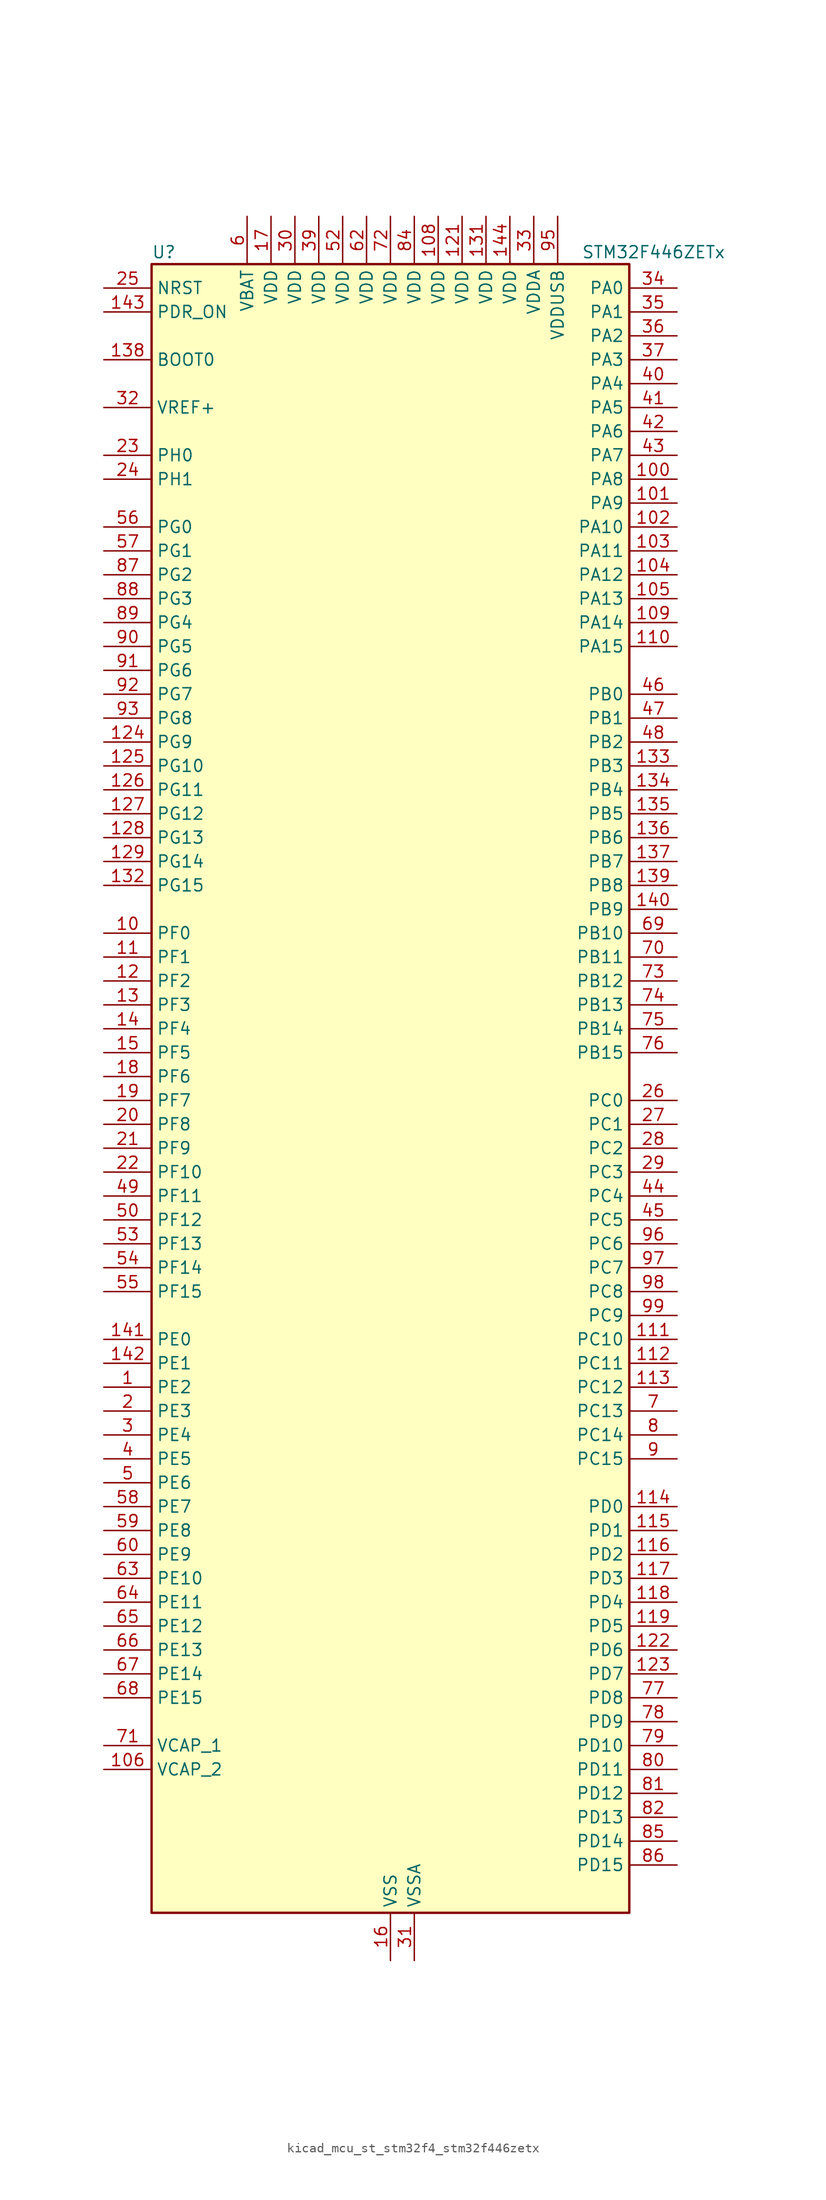
<source format=kicad_sym>
(kicad_symbol_lib
  (version 20220914)
  (generator kicad_symbol_editor)
  (symbol "kicad_mcu_st_stm32f4_stm32f446zetx"
    (property "Reference" "U"
      (at -25.4 90.17 0)
      (effects (font (size 1.27 1.27)) (justify left)))
    (property "Value" "STM32F446ZETx"
      (at 20.32 90.17 0)
      (effects (font (size 1.27 1.27)) (justify left)))
    (property "ki_locked" ""
      (at 0 0 0)
      (effects (font (size 1.27 1.27))))
    (symbol "kicad_mcu_st_stm32f4_stm32f446zetx_0_1"
      (rectangle (start -25.4 -86.36) (end 25.4 88.9) (stroke (width 0.254) (type default)) (fill (type background))))
    (symbol "kicad_mcu_st_stm32f4_stm32f446zetx_1_1"
      (pin bidirectional line (at -30.48 -30.48 0) (length 5.08) (name "PE2" (effects (font (size 1.27 1.27)))) (number "1" (effects (font (size 1.27 1.27)))) (alternate "FMC_A23" bidirectional line) (alternate "QUADSPI_BK1_IO2" bidirectional line) (alternate "SAI1_MCLK_A" bidirectional line) (alternate "SPI4_SCK" bidirectional line) (alternate "SYS_TRACECLK" bidirectional line))
      (pin bidirectional line (at -30.48 17.78 0) (length 5.08) (name "PF0" (effects (font (size 1.27 1.27)))) (number "10" (effects (font (size 1.27 1.27)))) (alternate "FMC_A0" bidirectional line) (alternate "I2C2_SDA" bidirectional line))
      (pin bidirectional line (at 30.48 66.04 180) (length 5.08) (name "PA8" (effects (font (size 1.27 1.27)))) (number "100" (effects (font (size 1.27 1.27)))) (alternate "I2C3_SCL" bidirectional line) (alternate "RCC_MCO_1" bidirectional line) (alternate "TIM1_CH1" bidirectional line) (alternate "USART1_CK" bidirectional line) (alternate "USB_OTG_FS_SOF" bidirectional line))
      (pin bidirectional line (at 30.48 63.5 180) (length 5.08) (name "PA9" (effects (font (size 1.27 1.27)))) (number "101" (effects (font (size 1.27 1.27)))) (alternate "DAC_EXTI9" bidirectional line) (alternate "DCMI_D0" bidirectional line) (alternate "I2C3_SMBA" bidirectional line) (alternate "I2S2_CK" bidirectional line) (alternate "SAI1_SD_B" bidirectional line) (alternate "SPI2_SCK" bidirectional line) (alternate "TIM1_CH2" bidirectional line) (alternate "USART1_TX" bidirectional line) (alternate "USB_OTG_FS_VBUS" bidirectional line))
      (pin bidirectional line (at 30.48 60.96 180) (length 5.08) (name "PA10" (effects (font (size 1.27 1.27)))) (number "102" (effects (font (size 1.27 1.27)))) (alternate "DCMI_D1" bidirectional line) (alternate "TIM1_CH3" bidirectional line) (alternate "USART1_RX" bidirectional line) (alternate "USB_OTG_FS_ID" bidirectional line))
      (pin bidirectional line (at 30.48 58.42 180) (length 5.08) (name "PA11" (effects (font (size 1.27 1.27)))) (number "103" (effects (font (size 1.27 1.27)))) (alternate "ADC1_EXTI11" bidirectional line) (alternate "ADC2_EXTI11" bidirectional line) (alternate "ADC3_EXTI11" bidirectional line) (alternate "CAN1_RX" bidirectional line) (alternate "TIM1_CH4" bidirectional line) (alternate "USART1_CTS" bidirectional line) (alternate "USB_OTG_FS_DM" bidirectional line))
      (pin bidirectional line (at 30.48 55.88 180) (length 5.08) (name "PA12" (effects (font (size 1.27 1.27)))) (number "104" (effects (font (size 1.27 1.27)))) (alternate "CAN1_TX" bidirectional line) (alternate "SAI2_FS_B" bidirectional line) (alternate "TIM1_ETR" bidirectional line) (alternate "USART1_RTS" bidirectional line) (alternate "USB_OTG_FS_DP" bidirectional line))
      (pin bidirectional line (at 30.48 53.34 180) (length 5.08) (name "PA13" (effects (font (size 1.27 1.27)))) (number "105" (effects (font (size 1.27 1.27)))) (alternate "SYS_JTMS-SWDIO" bidirectional line))
      (pin power_out line (at -30.48 -71.12 0) (length 5.08) (name "VCAP_2" (effects (font (size 1.27 1.27)))) (number "106" (effects (font (size 1.27 1.27)))))
      (pin passive line (at 0 -91.44 90) (length 5.08) hide (name "VSS" (effects (font (size 1.27 1.27)))) (number "107" (effects (font (size 1.27 1.27)))))
      (pin power_in line (at 5.08 93.98 270) (length 5.08) (name "VDD" (effects (font (size 1.27 1.27)))) (number "108" (effects (font (size 1.27 1.27)))))
      (pin bidirectional line (at 30.48 50.8 180) (length 5.08) (name "PA14" (effects (font (size 1.27 1.27)))) (number "109" (effects (font (size 1.27 1.27)))) (alternate "SYS_JTCK-SWCLK" bidirectional line))
      (pin bidirectional line (at -30.48 15.24 0) (length 5.08) (name "PF1" (effects (font (size 1.27 1.27)))) (number "11" (effects (font (size 1.27 1.27)))) (alternate "FMC_A1" bidirectional line) (alternate "I2C2_SCL" bidirectional line))
      (pin bidirectional line (at 30.48 48.26 180) (length 5.08) (name "PA15" (effects (font (size 1.27 1.27)))) (number "110" (effects (font (size 1.27 1.27)))) (alternate "ADC1_EXTI15" bidirectional line) (alternate "ADC2_EXTI15" bidirectional line) (alternate "ADC3_EXTI15" bidirectional line) (alternate "CEC" bidirectional line) (alternate "I2S1_WS" bidirectional line) (alternate "I2S3_WS" bidirectional line) (alternate "SPI1_NSS" bidirectional line) (alternate "SPI3_NSS" bidirectional line) (alternate "SYS_JTDI" bidirectional line) (alternate "TIM2_CH1" bidirectional line) (alternate "TIM2_ETR" bidirectional line) (alternate "UART4_RTS" bidirectional line))
      (pin bidirectional line (at 30.48 -25.4 180) (length 5.08) (name "PC10" (effects (font (size 1.27 1.27)))) (number "111" (effects (font (size 1.27 1.27)))) (alternate "DCMI_D8" bidirectional line) (alternate "I2S3_CK" bidirectional line) (alternate "QUADSPI_BK1_IO1" bidirectional line) (alternate "SDIO_D2" bidirectional line) (alternate "SPI3_SCK" bidirectional line) (alternate "UART4_TX" bidirectional line) (alternate "USART3_TX" bidirectional line))
      (pin bidirectional line (at 30.48 -27.94 180) (length 5.08) (name "PC11" (effects (font (size 1.27 1.27)))) (number "112" (effects (font (size 1.27 1.27)))) (alternate "ADC1_EXTI11" bidirectional line) (alternate "ADC2_EXTI11" bidirectional line) (alternate "ADC3_EXTI11" bidirectional line) (alternate "DCMI_D4" bidirectional line) (alternate "QUADSPI_BK2_NCS" bidirectional line) (alternate "SDIO_D3" bidirectional line) (alternate "SPI3_MISO" bidirectional line) (alternate "UART4_RX" bidirectional line) (alternate "USART3_RX" bidirectional line))
      (pin bidirectional line (at 30.48 -30.48 180) (length 5.08) (name "PC12" (effects (font (size 1.27 1.27)))) (number "113" (effects (font (size 1.27 1.27)))) (alternate "DCMI_D9" bidirectional line) (alternate "I2C2_SDA" bidirectional line) (alternate "I2S3_SD" bidirectional line) (alternate "SDIO_CK" bidirectional line) (alternate "SPI3_MOSI" bidirectional line) (alternate "UART5_TX" bidirectional line) (alternate "USART3_CK" bidirectional line))
      (pin bidirectional line (at 30.48 -43.18 180) (length 5.08) (name "PD0" (effects (font (size 1.27 1.27)))) (number "114" (effects (font (size 1.27 1.27)))) (alternate "CAN1_RX" bidirectional line) (alternate "FMC_D2" bidirectional line) (alternate "FMC_DA2" bidirectional line) (alternate "I2S3_SD" bidirectional line) (alternate "SPI3_MOSI" bidirectional line) (alternate "SPI4_MISO" bidirectional line))
      (pin bidirectional line (at 30.48 -45.72 180) (length 5.08) (name "PD1" (effects (font (size 1.27 1.27)))) (number "115" (effects (font (size 1.27 1.27)))) (alternate "CAN1_TX" bidirectional line) (alternate "FMC_D3" bidirectional line) (alternate "FMC_DA3" bidirectional line) (alternate "I2S2_WS" bidirectional line) (alternate "SPI2_NSS" bidirectional line))
      (pin bidirectional line (at 30.48 -48.26 180) (length 5.08) (name "PD2" (effects (font (size 1.27 1.27)))) (number "116" (effects (font (size 1.27 1.27)))) (alternate "DCMI_D11" bidirectional line) (alternate "SDIO_CMD" bidirectional line) (alternate "TIM3_ETR" bidirectional line) (alternate "UART5_RX" bidirectional line))
      (pin bidirectional line (at 30.48 -50.8 180) (length 5.08) (name "PD3" (effects (font (size 1.27 1.27)))) (number "117" (effects (font (size 1.27 1.27)))) (alternate "DCMI_D5" bidirectional line) (alternate "FMC_CLK" bidirectional line) (alternate "I2S2_CK" bidirectional line) (alternate "QUADSPI_CLK" bidirectional line) (alternate "SPI2_SCK" bidirectional line) (alternate "SYS_TRACED1" bidirectional line) (alternate "USART2_CTS" bidirectional line))
      (pin bidirectional line (at 30.48 -53.34 180) (length 5.08) (name "PD4" (effects (font (size 1.27 1.27)))) (number "118" (effects (font (size 1.27 1.27)))) (alternate "FMC_NOE" bidirectional line) (alternate "USART2_RTS" bidirectional line))
      (pin bidirectional line (at 30.48 -55.88 180) (length 5.08) (name "PD5" (effects (font (size 1.27 1.27)))) (number "119" (effects (font (size 1.27 1.27)))) (alternate "FMC_NWE" bidirectional line) (alternate "USART2_TX" bidirectional line))
      (pin bidirectional line (at -30.48 12.7 0) (length 5.08) (name "PF2" (effects (font (size 1.27 1.27)))) (number "12" (effects (font (size 1.27 1.27)))) (alternate "FMC_A2" bidirectional line) (alternate "I2C2_SMBA" bidirectional line))
      (pin passive line (at 0 -91.44 90) (length 5.08) hide (name "VSS" (effects (font (size 1.27 1.27)))) (number "120" (effects (font (size 1.27 1.27)))))
      (pin power_in line (at 7.62 93.98 270) (length 5.08) (name "VDD" (effects (font (size 1.27 1.27)))) (number "121" (effects (font (size 1.27 1.27)))))
      (pin bidirectional line (at 30.48 -58.42 180) (length 5.08) (name "PD6" (effects (font (size 1.27 1.27)))) (number "122" (effects (font (size 1.27 1.27)))) (alternate "DCMI_D10" bidirectional line) (alternate "FMC_NWAIT" bidirectional line) (alternate "I2S3_SD" bidirectional line) (alternate "SAI1_SD_A" bidirectional line) (alternate "SPI3_MOSI" bidirectional line) (alternate "USART2_RX" bidirectional line))
      (pin bidirectional line (at 30.48 -60.96 180) (length 5.08) (name "PD7" (effects (font (size 1.27 1.27)))) (number "123" (effects (font (size 1.27 1.27)))) (alternate "FMC_NE1" bidirectional line) (alternate "SPDIFRX_IN0" bidirectional line) (alternate "USART2_CK" bidirectional line))
      (pin bidirectional line (at -30.48 38.1 0) (length 5.08) (name "PG9" (effects (font (size 1.27 1.27)))) (number "124" (effects (font (size 1.27 1.27)))) (alternate "DAC_EXTI9" bidirectional line) (alternate "DCMI_VSYNC" bidirectional line) (alternate "FMC_NCE3" bidirectional line) (alternate "FMC_NE2" bidirectional line) (alternate "QUADSPI_BK2_IO2" bidirectional line) (alternate "SAI2_FS_B" bidirectional line) (alternate "SPDIFRX_IN3" bidirectional line) (alternate "USART6_RX" bidirectional line))
      (pin bidirectional line (at -30.48 35.56 0) (length 5.08) (name "PG10" (effects (font (size 1.27 1.27)))) (number "125" (effects (font (size 1.27 1.27)))) (alternate "DCMI_D2" bidirectional line) (alternate "FMC_NE3" bidirectional line) (alternate "SAI2_SD_B" bidirectional line))
      (pin bidirectional line (at -30.48 33.02 0) (length 5.08) (name "PG11" (effects (font (size 1.27 1.27)))) (number "126" (effects (font (size 1.27 1.27)))) (alternate "ADC1_EXTI11" bidirectional line) (alternate "ADC2_EXTI11" bidirectional line) (alternate "ADC3_EXTI11" bidirectional line) (alternate "DCMI_D3" bidirectional line) (alternate "SPDIFRX_IN0" bidirectional line) (alternate "SPI4_SCK" bidirectional line))
      (pin bidirectional line (at -30.48 30.48 0) (length 5.08) (name "PG12" (effects (font (size 1.27 1.27)))) (number "127" (effects (font (size 1.27 1.27)))) (alternate "FMC_NE4" bidirectional line) (alternate "SPDIFRX_IN1" bidirectional line) (alternate "SPI4_MISO" bidirectional line) (alternate "USART6_RTS" bidirectional line))
      (pin bidirectional line (at -30.48 27.94 0) (length 5.08) (name "PG13" (effects (font (size 1.27 1.27)))) (number "128" (effects (font (size 1.27 1.27)))) (alternate "FMC_A24" bidirectional line) (alternate "SPI4_MOSI" bidirectional line) (alternate "SYS_TRACED2" bidirectional line) (alternate "USART6_CTS" bidirectional line))
      (pin bidirectional line (at -30.48 25.4 0) (length 5.08) (name "PG14" (effects (font (size 1.27 1.27)))) (number "129" (effects (font (size 1.27 1.27)))) (alternate "FMC_A25" bidirectional line) (alternate "QUADSPI_BK2_IO3" bidirectional line) (alternate "SPI4_NSS" bidirectional line) (alternate "SYS_TRACED3" bidirectional line) (alternate "USART6_TX" bidirectional line))
      (pin bidirectional line (at -30.48 10.16 0) (length 5.08) (name "PF3" (effects (font (size 1.27 1.27)))) (number "13" (effects (font (size 1.27 1.27)))) (alternate "ADC3_IN9" bidirectional line) (alternate "FMC_A3" bidirectional line))
      (pin passive line (at 0 -91.44 90) (length 5.08) hide (name "VSS" (effects (font (size 1.27 1.27)))) (number "130" (effects (font (size 1.27 1.27)))))
      (pin power_in line (at 10.16 93.98 270) (length 5.08) (name "VDD" (effects (font (size 1.27 1.27)))) (number "131" (effects (font (size 1.27 1.27)))))
      (pin bidirectional line (at -30.48 22.86 0) (length 5.08) (name "PG15" (effects (font (size 1.27 1.27)))) (number "132" (effects (font (size 1.27 1.27)))) (alternate "ADC1_EXTI15" bidirectional line) (alternate "ADC2_EXTI15" bidirectional line) (alternate "ADC3_EXTI15" bidirectional line) (alternate "DCMI_D13" bidirectional line) (alternate "FMC_SDNCAS" bidirectional line) (alternate "USART6_CTS" bidirectional line))
      (pin bidirectional line (at 30.48 35.56 180) (length 5.08) (name "PB3" (effects (font (size 1.27 1.27)))) (number "133" (effects (font (size 1.27 1.27)))) (alternate "I2C2_SDA" bidirectional line) (alternate "I2S1_CK" bidirectional line) (alternate "I2S3_CK" bidirectional line) (alternate "SPI1_SCK" bidirectional line) (alternate "SPI3_SCK" bidirectional line) (alternate "SYS_JTDO-SWO" bidirectional line) (alternate "TIM2_CH2" bidirectional line))
      (pin bidirectional line (at 30.48 33.02 180) (length 5.08) (name "PB4" (effects (font (size 1.27 1.27)))) (number "134" (effects (font (size 1.27 1.27)))) (alternate "I2C3_SDA" bidirectional line) (alternate "I2S2_WS" bidirectional line) (alternate "SPI1_MISO" bidirectional line) (alternate "SPI2_NSS" bidirectional line) (alternate "SPI3_MISO" bidirectional line) (alternate "SYS_JTRST" bidirectional line) (alternate "TIM3_CH1" bidirectional line))
      (pin bidirectional line (at 30.48 30.48 180) (length 5.08) (name "PB5" (effects (font (size 1.27 1.27)))) (number "135" (effects (font (size 1.27 1.27)))) (alternate "CAN2_RX" bidirectional line) (alternate "DCMI_D10" bidirectional line) (alternate "FMC_SDCKE1" bidirectional line) (alternate "I2C1_SMBA" bidirectional line) (alternate "I2S1_SD" bidirectional line) (alternate "I2S3_SD" bidirectional line) (alternate "SPI1_MOSI" bidirectional line) (alternate "SPI3_MOSI" bidirectional line) (alternate "TIM3_CH2" bidirectional line) (alternate "USB_OTG_HS_ULPI_D7" bidirectional line))
      (pin bidirectional line (at 30.48 27.94 180) (length 5.08) (name "PB6" (effects (font (size 1.27 1.27)))) (number "136" (effects (font (size 1.27 1.27)))) (alternate "CAN2_TX" bidirectional line) (alternate "CEC" bidirectional line) (alternate "DCMI_D5" bidirectional line) (alternate "FMC_SDNE1" bidirectional line) (alternate "I2C1_SCL" bidirectional line) (alternate "QUADSPI_BK1_NCS" bidirectional line) (alternate "TIM4_CH1" bidirectional line) (alternate "USART1_TX" bidirectional line))
      (pin bidirectional line (at 30.48 25.4 180) (length 5.08) (name "PB7" (effects (font (size 1.27 1.27)))) (number "137" (effects (font (size 1.27 1.27)))) (alternate "DCMI_VSYNC" bidirectional line) (alternate "FMC_NL" bidirectional line) (alternate "I2C1_SDA" bidirectional line) (alternate "SPDIFRX_IN0" bidirectional line) (alternate "TIM4_CH2" bidirectional line) (alternate "USART1_RX" bidirectional line))
      (pin input line (at -30.48 78.74 0) (length 5.08) (name "BOOT0" (effects (font (size 1.27 1.27)))) (number "138" (effects (font (size 1.27 1.27)))))
      (pin bidirectional line (at 30.48 22.86 180) (length 5.08) (name "PB8" (effects (font (size 1.27 1.27)))) (number "139" (effects (font (size 1.27 1.27)))) (alternate "CAN1_RX" bidirectional line) (alternate "DCMI_D6" bidirectional line) (alternate "I2C1_SCL" bidirectional line) (alternate "SDIO_D4" bidirectional line) (alternate "TIM10_CH1" bidirectional line) (alternate "TIM2_CH1" bidirectional line) (alternate "TIM2_ETR" bidirectional line) (alternate "TIM4_CH3" bidirectional line))
      (pin bidirectional line (at -30.48 7.62 0) (length 5.08) (name "PF4" (effects (font (size 1.27 1.27)))) (number "14" (effects (font (size 1.27 1.27)))) (alternate "ADC3_IN14" bidirectional line) (alternate "FMC_A4" bidirectional line))
      (pin bidirectional line (at 30.48 20.32 180) (length 5.08) (name "PB9" (effects (font (size 1.27 1.27)))) (number "140" (effects (font (size 1.27 1.27)))) (alternate "CAN1_TX" bidirectional line) (alternate "DAC_EXTI9" bidirectional line) (alternate "DCMI_D7" bidirectional line) (alternate "I2C1_SDA" bidirectional line) (alternate "I2S2_WS" bidirectional line) (alternate "SAI1_FS_B" bidirectional line) (alternate "SDIO_D5" bidirectional line) (alternate "SPI2_NSS" bidirectional line) (alternate "TIM11_CH1" bidirectional line) (alternate "TIM2_CH2" bidirectional line) (alternate "TIM4_CH4" bidirectional line))
      (pin bidirectional line (at -30.48 -25.4 0) (length 5.08) (name "PE0" (effects (font (size 1.27 1.27)))) (number "141" (effects (font (size 1.27 1.27)))) (alternate "DCMI_D2" bidirectional line) (alternate "FMC_NBL0" bidirectional line) (alternate "SAI2_MCLK_A" bidirectional line) (alternate "TIM4_ETR" bidirectional line))
      (pin bidirectional line (at -30.48 -27.94 0) (length 5.08) (name "PE1" (effects (font (size 1.27 1.27)))) (number "142" (effects (font (size 1.27 1.27)))) (alternate "DCMI_D3" bidirectional line) (alternate "FMC_NBL1" bidirectional line))
      (pin input line (at -30.48 83.82 0) (length 5.08) (name "PDR_ON" (effects (font (size 1.27 1.27)))) (number "143" (effects (font (size 1.27 1.27)))))
      (pin power_in line (at 12.7 93.98 270) (length 5.08) (name "VDD" (effects (font (size 1.27 1.27)))) (number "144" (effects (font (size 1.27 1.27)))))
      (pin bidirectional line (at -30.48 5.08 0) (length 5.08) (name "PF5" (effects (font (size 1.27 1.27)))) (number "15" (effects (font (size 1.27 1.27)))) (alternate "ADC3_IN15" bidirectional line) (alternate "FMC_A5" bidirectional line))
      (pin power_in line (at 0 -91.44 90) (length 5.08) (name "VSS" (effects (font (size 1.27 1.27)))) (number "16" (effects (font (size 1.27 1.27)))))
      (pin power_in line (at -12.7 93.98 270) (length 5.08) (name "VDD" (effects (font (size 1.27 1.27)))) (number "17" (effects (font (size 1.27 1.27)))))
      (pin bidirectional line (at -30.48 2.54 0) (length 5.08) (name "PF6" (effects (font (size 1.27 1.27)))) (number "18" (effects (font (size 1.27 1.27)))) (alternate "ADC3_IN4" bidirectional line) (alternate "QUADSPI_BK1_IO3" bidirectional line) (alternate "SAI1_SD_B" bidirectional line) (alternate "TIM10_CH1" bidirectional line))
      (pin bidirectional line (at -30.48 0 0) (length 5.08) (name "PF7" (effects (font (size 1.27 1.27)))) (number "19" (effects (font (size 1.27 1.27)))) (alternate "ADC3_IN5" bidirectional line) (alternate "QUADSPI_BK1_IO2" bidirectional line) (alternate "SAI1_MCLK_B" bidirectional line) (alternate "TIM11_CH1" bidirectional line))
      (pin bidirectional line (at -30.48 -33.02 0) (length 5.08) (name "PE3" (effects (font (size 1.27 1.27)))) (number "2" (effects (font (size 1.27 1.27)))) (alternate "FMC_A19" bidirectional line) (alternate "SAI1_SD_B" bidirectional line) (alternate "SYS_TRACED0" bidirectional line))
      (pin bidirectional line (at -30.48 -2.54 0) (length 5.08) (name "PF8" (effects (font (size 1.27 1.27)))) (number "20" (effects (font (size 1.27 1.27)))) (alternate "ADC3_IN6" bidirectional line) (alternate "QUADSPI_BK1_IO0" bidirectional line) (alternate "SAI1_SCK_B" bidirectional line) (alternate "TIM13_CH1" bidirectional line))
      (pin bidirectional line (at -30.48 -5.08 0) (length 5.08) (name "PF9" (effects (font (size 1.27 1.27)))) (number "21" (effects (font (size 1.27 1.27)))) (alternate "ADC3_IN7" bidirectional line) (alternate "DAC_EXTI9" bidirectional line) (alternate "QUADSPI_BK1_IO1" bidirectional line) (alternate "SAI1_FS_B" bidirectional line) (alternate "TIM14_CH1" bidirectional line))
      (pin bidirectional line (at -30.48 -7.62 0) (length 5.08) (name "PF10" (effects (font (size 1.27 1.27)))) (number "22" (effects (font (size 1.27 1.27)))) (alternate "ADC3_IN8" bidirectional line) (alternate "DCMI_D11" bidirectional line))
      (pin bidirectional line (at -30.48 68.58 0) (length 5.08) (name "PH0" (effects (font (size 1.27 1.27)))) (number "23" (effects (font (size 1.27 1.27)))) (alternate "RCC_OSC_IN" bidirectional line))
      (pin bidirectional line (at -30.48 66.04 0) (length 5.08) (name "PH1" (effects (font (size 1.27 1.27)))) (number "24" (effects (font (size 1.27 1.27)))) (alternate "RCC_OSC_OUT" bidirectional line))
      (pin input line (at -30.48 86.36 0) (length 5.08) (name "NRST" (effects (font (size 1.27 1.27)))) (number "25" (effects (font (size 1.27 1.27)))))
      (pin bidirectional line (at 30.48 0 180) (length 5.08) (name "PC0" (effects (font (size 1.27 1.27)))) (number "26" (effects (font (size 1.27 1.27)))) (alternate "ADC1_IN10" bidirectional line) (alternate "ADC2_IN10" bidirectional line) (alternate "ADC3_IN10" bidirectional line) (alternate "FMC_SDNWE" bidirectional line) (alternate "SAI1_MCLK_B" bidirectional line) (alternate "USB_OTG_HS_ULPI_STP" bidirectional line))
      (pin bidirectional line (at 30.48 -2.54 180) (length 5.08) (name "PC1" (effects (font (size 1.27 1.27)))) (number "27" (effects (font (size 1.27 1.27)))) (alternate "ADC1_IN11" bidirectional line) (alternate "ADC2_IN11" bidirectional line) (alternate "ADC3_IN11" bidirectional line) (alternate "I2S2_SD" bidirectional line) (alternate "I2S3_SD" bidirectional line) (alternate "SAI1_SD_A" bidirectional line) (alternate "SPI2_MOSI" bidirectional line) (alternate "SPI3_MOSI" bidirectional line))
      (pin bidirectional line (at 30.48 -5.08 180) (length 5.08) (name "PC2" (effects (font (size 1.27 1.27)))) (number "28" (effects (font (size 1.27 1.27)))) (alternate "ADC1_IN12" bidirectional line) (alternate "ADC2_IN12" bidirectional line) (alternate "ADC3_IN12" bidirectional line) (alternate "FMC_SDNE0" bidirectional line) (alternate "SPI2_MISO" bidirectional line) (alternate "USB_OTG_HS_ULPI_DIR" bidirectional line))
      (pin bidirectional line (at 30.48 -7.62 180) (length 5.08) (name "PC3" (effects (font (size 1.27 1.27)))) (number "29" (effects (font (size 1.27 1.27)))) (alternate "ADC1_IN13" bidirectional line) (alternate "ADC2_IN13" bidirectional line) (alternate "ADC3_IN13" bidirectional line) (alternate "FMC_SDCKE0" bidirectional line) (alternate "I2S2_SD" bidirectional line) (alternate "SPI2_MOSI" bidirectional line) (alternate "USB_OTG_HS_ULPI_NXT" bidirectional line))
      (pin bidirectional line (at -30.48 -35.56 0) (length 5.08) (name "PE4" (effects (font (size 1.27 1.27)))) (number "3" (effects (font (size 1.27 1.27)))) (alternate "DCMI_D4" bidirectional line) (alternate "FMC_A20" bidirectional line) (alternate "SAI1_FS_A" bidirectional line) (alternate "SPI4_NSS" bidirectional line) (alternate "SYS_TRACED1" bidirectional line))
      (pin power_in line (at -10.16 93.98 270) (length 5.08) (name "VDD" (effects (font (size 1.27 1.27)))) (number "30" (effects (font (size 1.27 1.27)))))
      (pin power_in line (at 2.54 -91.44 90) (length 5.08) (name "VSSA" (effects (font (size 1.27 1.27)))) (number "31" (effects (font (size 1.27 1.27)))))
      (pin input line (at -30.48 73.66 0) (length 5.08) (name "VREF+" (effects (font (size 1.27 1.27)))) (number "32" (effects (font (size 1.27 1.27)))))
      (pin power_in line (at 15.24 93.98 270) (length 5.08) (name "VDDA" (effects (font (size 1.27 1.27)))) (number "33" (effects (font (size 1.27 1.27)))))
      (pin bidirectional line (at 30.48 86.36 180) (length 5.08) (name "PA0" (effects (font (size 1.27 1.27)))) (number "34" (effects (font (size 1.27 1.27)))) (alternate "ADC1_IN0" bidirectional line) (alternate "ADC2_IN0" bidirectional line) (alternate "ADC3_IN0" bidirectional line) (alternate "RTC_AF2" bidirectional line) (alternate "SYS_WKUP0" bidirectional line) (alternate "TIM2_CH1" bidirectional line) (alternate "TIM2_ETR" bidirectional line) (alternate "TIM5_CH1" bidirectional line) (alternate "TIM8_ETR" bidirectional line) (alternate "UART4_TX" bidirectional line) (alternate "USART2_CTS" bidirectional line))
      (pin bidirectional line (at 30.48 83.82 180) (length 5.08) (name "PA1" (effects (font (size 1.27 1.27)))) (number "35" (effects (font (size 1.27 1.27)))) (alternate "ADC1_IN1" bidirectional line) (alternate "ADC2_IN1" bidirectional line) (alternate "ADC3_IN1" bidirectional line) (alternate "QUADSPI_BK1_IO3" bidirectional line) (alternate "SAI2_MCLK_B" bidirectional line) (alternate "TIM2_CH2" bidirectional line) (alternate "TIM5_CH2" bidirectional line) (alternate "UART4_RX" bidirectional line) (alternate "USART2_RTS" bidirectional line))
      (pin bidirectional line (at 30.48 81.28 180) (length 5.08) (name "PA2" (effects (font (size 1.27 1.27)))) (number "36" (effects (font (size 1.27 1.27)))) (alternate "ADC1_IN2" bidirectional line) (alternate "ADC2_IN2" bidirectional line) (alternate "ADC3_IN2" bidirectional line) (alternate "SAI2_SCK_B" bidirectional line) (alternate "TIM2_CH3" bidirectional line) (alternate "TIM5_CH3" bidirectional line) (alternate "TIM9_CH1" bidirectional line) (alternate "USART2_TX" bidirectional line))
      (pin bidirectional line (at 30.48 78.74 180) (length 5.08) (name "PA3" (effects (font (size 1.27 1.27)))) (number "37" (effects (font (size 1.27 1.27)))) (alternate "ADC1_IN3" bidirectional line) (alternate "ADC2_IN3" bidirectional line) (alternate "ADC3_IN3" bidirectional line) (alternate "SAI1_FS_A" bidirectional line) (alternate "TIM2_CH4" bidirectional line) (alternate "TIM5_CH4" bidirectional line) (alternate "TIM9_CH2" bidirectional line) (alternate "USART2_RX" bidirectional line) (alternate "USB_OTG_HS_ULPI_D0" bidirectional line))
      (pin passive line (at 0 -91.44 90) (length 5.08) hide (name "VSS" (effects (font (size 1.27 1.27)))) (number "38" (effects (font (size 1.27 1.27)))))
      (pin power_in line (at -7.62 93.98 270) (length 5.08) (name "VDD" (effects (font (size 1.27 1.27)))) (number "39" (effects (font (size 1.27 1.27)))))
      (pin bidirectional line (at -30.48 -38.1 0) (length 5.08) (name "PE5" (effects (font (size 1.27 1.27)))) (number "4" (effects (font (size 1.27 1.27)))) (alternate "DCMI_D6" bidirectional line) (alternate "FMC_A21" bidirectional line) (alternate "SAI1_SCK_A" bidirectional line) (alternate "SPI4_MISO" bidirectional line) (alternate "SYS_TRACED2" bidirectional line) (alternate "TIM9_CH1" bidirectional line))
      (pin bidirectional line (at 30.48 76.2 180) (length 5.08) (name "PA4" (effects (font (size 1.27 1.27)))) (number "40" (effects (font (size 1.27 1.27)))) (alternate "ADC1_IN4" bidirectional line) (alternate "ADC2_IN4" bidirectional line) (alternate "DAC_OUT1" bidirectional line) (alternate "DCMI_HSYNC" bidirectional line) (alternate "I2S1_WS" bidirectional line) (alternate "I2S3_WS" bidirectional line) (alternate "SPI1_NSS" bidirectional line) (alternate "SPI3_NSS" bidirectional line) (alternate "USART2_CK" bidirectional line) (alternate "USB_OTG_HS_SOF" bidirectional line))
      (pin bidirectional line (at 30.48 73.66 180) (length 5.08) (name "PA5" (effects (font (size 1.27 1.27)))) (number "41" (effects (font (size 1.27 1.27)))) (alternate "ADC1_IN5" bidirectional line) (alternate "ADC2_IN5" bidirectional line) (alternate "DAC_OUT2" bidirectional line) (alternate "I2S1_CK" bidirectional line) (alternate "SPI1_SCK" bidirectional line) (alternate "TIM2_CH1" bidirectional line) (alternate "TIM2_ETR" bidirectional line) (alternate "TIM8_CH1N" bidirectional line) (alternate "USB_OTG_HS_ULPI_CK" bidirectional line))
      (pin bidirectional line (at 30.48 71.12 180) (length 5.08) (name "PA6" (effects (font (size 1.27 1.27)))) (number "42" (effects (font (size 1.27 1.27)))) (alternate "ADC1_IN6" bidirectional line) (alternate "ADC2_IN6" bidirectional line) (alternate "DCMI_PIXCLK" bidirectional line) (alternate "I2S2_MCK" bidirectional line) (alternate "SPI1_MISO" bidirectional line) (alternate "TIM13_CH1" bidirectional line) (alternate "TIM1_BKIN" bidirectional line) (alternate "TIM3_CH1" bidirectional line) (alternate "TIM8_BKIN" bidirectional line))
      (pin bidirectional line (at 30.48 68.58 180) (length 5.08) (name "PA7" (effects (font (size 1.27 1.27)))) (number "43" (effects (font (size 1.27 1.27)))) (alternate "ADC1_IN7" bidirectional line) (alternate "ADC2_IN7" bidirectional line) (alternate "FMC_SDNWE" bidirectional line) (alternate "I2S1_SD" bidirectional line) (alternate "SPI1_MOSI" bidirectional line) (alternate "TIM14_CH1" bidirectional line) (alternate "TIM1_CH1N" bidirectional line) (alternate "TIM3_CH2" bidirectional line) (alternate "TIM8_CH1N" bidirectional line))
      (pin bidirectional line (at 30.48 -10.16 180) (length 5.08) (name "PC4" (effects (font (size 1.27 1.27)))) (number "44" (effects (font (size 1.27 1.27)))) (alternate "ADC1_IN14" bidirectional line) (alternate "ADC2_IN14" bidirectional line) (alternate "FMC_SDNE0" bidirectional line) (alternate "I2S1_MCK" bidirectional line) (alternate "SPDIFRX_IN2" bidirectional line))
      (pin bidirectional line (at 30.48 -12.7 180) (length 5.08) (name "PC5" (effects (font (size 1.27 1.27)))) (number "45" (effects (font (size 1.27 1.27)))) (alternate "ADC1_IN15" bidirectional line) (alternate "ADC2_IN15" bidirectional line) (alternate "FMC_SDCKE0" bidirectional line) (alternate "SPDIFRX_IN3" bidirectional line) (alternate "USART3_RX" bidirectional line))
      (pin bidirectional line (at 30.48 43.18 180) (length 5.08) (name "PB0" (effects (font (size 1.27 1.27)))) (number "46" (effects (font (size 1.27 1.27)))) (alternate "ADC1_IN8" bidirectional line) (alternate "ADC2_IN8" bidirectional line) (alternate "I2S3_SD" bidirectional line) (alternate "SDIO_D1" bidirectional line) (alternate "SPI3_MOSI" bidirectional line) (alternate "TIM1_CH2N" bidirectional line) (alternate "TIM3_CH3" bidirectional line) (alternate "TIM8_CH2N" bidirectional line) (alternate "UART4_CTS" bidirectional line) (alternate "USB_OTG_HS_ULPI_D1" bidirectional line))
      (pin bidirectional line (at 30.48 40.64 180) (length 5.08) (name "PB1" (effects (font (size 1.27 1.27)))) (number "47" (effects (font (size 1.27 1.27)))) (alternate "ADC1_IN9" bidirectional line) (alternate "ADC2_IN9" bidirectional line) (alternate "SDIO_D2" bidirectional line) (alternate "TIM1_CH3N" bidirectional line) (alternate "TIM3_CH4" bidirectional line) (alternate "TIM8_CH3N" bidirectional line) (alternate "USB_OTG_HS_ULPI_D2" bidirectional line))
      (pin bidirectional line (at 30.48 38.1 180) (length 5.08) (name "PB2" (effects (font (size 1.27 1.27)))) (number "48" (effects (font (size 1.27 1.27)))) (alternate "I2S3_SD" bidirectional line) (alternate "QUADSPI_CLK" bidirectional line) (alternate "SAI1_SD_A" bidirectional line) (alternate "SDIO_CK" bidirectional line) (alternate "SPI3_MOSI" bidirectional line) (alternate "TIM2_CH4" bidirectional line) (alternate "USB_OTG_HS_ULPI_D4" bidirectional line))
      (pin bidirectional line (at -30.48 -10.16 0) (length 5.08) (name "PF11" (effects (font (size 1.27 1.27)))) (number "49" (effects (font (size 1.27 1.27)))) (alternate "ADC1_EXTI11" bidirectional line) (alternate "ADC2_EXTI11" bidirectional line) (alternate "ADC3_EXTI11" bidirectional line) (alternate "DCMI_D12" bidirectional line) (alternate "FMC_SDNRAS" bidirectional line) (alternate "SAI2_SD_B" bidirectional line))
      (pin bidirectional line (at -30.48 -40.64 0) (length 5.08) (name "PE6" (effects (font (size 1.27 1.27)))) (number "5" (effects (font (size 1.27 1.27)))) (alternate "DCMI_D7" bidirectional line) (alternate "FMC_A22" bidirectional line) (alternate "SAI1_SD_A" bidirectional line) (alternate "SPI4_MOSI" bidirectional line) (alternate "SYS_TRACED3" bidirectional line) (alternate "TIM9_CH2" bidirectional line))
      (pin bidirectional line (at -30.48 -12.7 0) (length 5.08) (name "PF12" (effects (font (size 1.27 1.27)))) (number "50" (effects (font (size 1.27 1.27)))) (alternate "FMC_A6" bidirectional line))
      (pin passive line (at 0 -91.44 90) (length 5.08) hide (name "VSS" (effects (font (size 1.27 1.27)))) (number "51" (effects (font (size 1.27 1.27)))))
      (pin power_in line (at -5.08 93.98 270) (length 5.08) (name "VDD" (effects (font (size 1.27 1.27)))) (number "52" (effects (font (size 1.27 1.27)))))
      (pin bidirectional line (at -30.48 -15.24 0) (length 5.08) (name "PF13" (effects (font (size 1.27 1.27)))) (number "53" (effects (font (size 1.27 1.27)))) (alternate "FMC_A7" bidirectional line) (alternate "FMPI2C1_SMBA" bidirectional line))
      (pin bidirectional line (at -30.48 -17.78 0) (length 5.08) (name "PF14" (effects (font (size 1.27 1.27)))) (number "54" (effects (font (size 1.27 1.27)))) (alternate "FMC_A8" bidirectional line) (alternate "FMPI2C1_SCL" bidirectional line))
      (pin bidirectional line (at -30.48 -20.32 0) (length 5.08) (name "PF15" (effects (font (size 1.27 1.27)))) (number "55" (effects (font (size 1.27 1.27)))) (alternate "ADC1_EXTI15" bidirectional line) (alternate "ADC2_EXTI15" bidirectional line) (alternate "ADC3_EXTI15" bidirectional line) (alternate "FMC_A9" bidirectional line) (alternate "FMPI2C1_SDA" bidirectional line))
      (pin bidirectional line (at -30.48 60.96 0) (length 5.08) (name "PG0" (effects (font (size 1.27 1.27)))) (number "56" (effects (font (size 1.27 1.27)))) (alternate "FMC_A10" bidirectional line))
      (pin bidirectional line (at -30.48 58.42 0) (length 5.08) (name "PG1" (effects (font (size 1.27 1.27)))) (number "57" (effects (font (size 1.27 1.27)))) (alternate "FMC_A11" bidirectional line))
      (pin bidirectional line (at -30.48 -43.18 0) (length 5.08) (name "PE7" (effects (font (size 1.27 1.27)))) (number "58" (effects (font (size 1.27 1.27)))) (alternate "FMC_D4" bidirectional line) (alternate "FMC_DA4" bidirectional line) (alternate "QUADSPI_BK2_IO0" bidirectional line) (alternate "TIM1_ETR" bidirectional line) (alternate "UART5_RX" bidirectional line))
      (pin bidirectional line (at -30.48 -45.72 0) (length 5.08) (name "PE8" (effects (font (size 1.27 1.27)))) (number "59" (effects (font (size 1.27 1.27)))) (alternate "FMC_D5" bidirectional line) (alternate "FMC_DA5" bidirectional line) (alternate "QUADSPI_BK2_IO1" bidirectional line) (alternate "TIM1_CH1N" bidirectional line) (alternate "UART5_TX" bidirectional line))
      (pin power_in line (at -15.24 93.98 270) (length 5.08) (name "VBAT" (effects (font (size 1.27 1.27)))) (number "6" (effects (font (size 1.27 1.27)))))
      (pin bidirectional line (at -30.48 -48.26 0) (length 5.08) (name "PE9" (effects (font (size 1.27 1.27)))) (number "60" (effects (font (size 1.27 1.27)))) (alternate "DAC_EXTI9" bidirectional line) (alternate "FMC_D6" bidirectional line) (alternate "FMC_DA6" bidirectional line) (alternate "QUADSPI_BK2_IO2" bidirectional line) (alternate "TIM1_CH1" bidirectional line))
      (pin passive line (at 0 -91.44 90) (length 5.08) hide (name "VSS" (effects (font (size 1.27 1.27)))) (number "61" (effects (font (size 1.27 1.27)))))
      (pin power_in line (at -2.54 93.98 270) (length 5.08) (name "VDD" (effects (font (size 1.27 1.27)))) (number "62" (effects (font (size 1.27 1.27)))))
      (pin bidirectional line (at -30.48 -50.8 0) (length 5.08) (name "PE10" (effects (font (size 1.27 1.27)))) (number "63" (effects (font (size 1.27 1.27)))) (alternate "FMC_D7" bidirectional line) (alternate "FMC_DA7" bidirectional line) (alternate "QUADSPI_BK2_IO3" bidirectional line) (alternate "TIM1_CH2N" bidirectional line))
      (pin bidirectional line (at -30.48 -53.34 0) (length 5.08) (name "PE11" (effects (font (size 1.27 1.27)))) (number "64" (effects (font (size 1.27 1.27)))) (alternate "ADC1_EXTI11" bidirectional line) (alternate "ADC2_EXTI11" bidirectional line) (alternate "ADC3_EXTI11" bidirectional line) (alternate "FMC_D8" bidirectional line) (alternate "FMC_DA8" bidirectional line) (alternate "SAI2_SD_B" bidirectional line) (alternate "SPI4_NSS" bidirectional line) (alternate "TIM1_CH2" bidirectional line))
      (pin bidirectional line (at -30.48 -55.88 0) (length 5.08) (name "PE12" (effects (font (size 1.27 1.27)))) (number "65" (effects (font (size 1.27 1.27)))) (alternate "FMC_D9" bidirectional line) (alternate "FMC_DA9" bidirectional line) (alternate "SAI2_SCK_B" bidirectional line) (alternate "SPI4_SCK" bidirectional line) (alternate "TIM1_CH3N" bidirectional line))
      (pin bidirectional line (at -30.48 -58.42 0) (length 5.08) (name "PE13" (effects (font (size 1.27 1.27)))) (number "66" (effects (font (size 1.27 1.27)))) (alternate "FMC_D10" bidirectional line) (alternate "FMC_DA10" bidirectional line) (alternate "SAI2_FS_B" bidirectional line) (alternate "SPI4_MISO" bidirectional line) (alternate "TIM1_CH3" bidirectional line))
      (pin bidirectional line (at -30.48 -60.96 0) (length 5.08) (name "PE14" (effects (font (size 1.27 1.27)))) (number "67" (effects (font (size 1.27 1.27)))) (alternate "FMC_D11" bidirectional line) (alternate "FMC_DA11" bidirectional line) (alternate "SAI2_MCLK_B" bidirectional line) (alternate "SPI4_MOSI" bidirectional line) (alternate "TIM1_CH4" bidirectional line))
      (pin bidirectional line (at -30.48 -63.5 0) (length 5.08) (name "PE15" (effects (font (size 1.27 1.27)))) (number "68" (effects (font (size 1.27 1.27)))) (alternate "ADC1_EXTI15" bidirectional line) (alternate "ADC2_EXTI15" bidirectional line) (alternate "ADC3_EXTI15" bidirectional line) (alternate "FMC_D12" bidirectional line) (alternate "FMC_DA12" bidirectional line) (alternate "TIM1_BKIN" bidirectional line))
      (pin bidirectional line (at 30.48 17.78 180) (length 5.08) (name "PB10" (effects (font (size 1.27 1.27)))) (number "69" (effects (font (size 1.27 1.27)))) (alternate "I2C2_SCL" bidirectional line) (alternate "I2S2_CK" bidirectional line) (alternate "SAI1_SCK_A" bidirectional line) (alternate "SPI2_SCK" bidirectional line) (alternate "TIM2_CH3" bidirectional line) (alternate "USART3_TX" bidirectional line) (alternate "USB_OTG_HS_ULPI_D3" bidirectional line))
      (pin bidirectional line (at 30.48 -33.02 180) (length 5.08) (name "PC13" (effects (font (size 1.27 1.27)))) (number "7" (effects (font (size 1.27 1.27)))) (alternate "RTC_AF1" bidirectional line) (alternate "SYS_WKUP1" bidirectional line))
      (pin bidirectional line (at 30.48 15.24 180) (length 5.08) (name "PB11" (effects (font (size 1.27 1.27)))) (number "70" (effects (font (size 1.27 1.27)))) (alternate "ADC1_EXTI11" bidirectional line) (alternate "ADC2_EXTI11" bidirectional line) (alternate "ADC3_EXTI11" bidirectional line) (alternate "I2C2_SDA" bidirectional line) (alternate "SAI2_SD_A" bidirectional line) (alternate "TIM2_CH4" bidirectional line) (alternate "USART3_RX" bidirectional line))
      (pin power_out line (at -30.48 -68.58 0) (length 5.08) (name "VCAP_1" (effects (font (size 1.27 1.27)))) (number "71" (effects (font (size 1.27 1.27)))))
      (pin power_in line (at 0 93.98 270) (length 5.08) (name "VDD" (effects (font (size 1.27 1.27)))) (number "72" (effects (font (size 1.27 1.27)))))
      (pin bidirectional line (at 30.48 12.7 180) (length 5.08) (name "PB12" (effects (font (size 1.27 1.27)))) (number "73" (effects (font (size 1.27 1.27)))) (alternate "CAN2_RX" bidirectional line) (alternate "I2C2_SMBA" bidirectional line) (alternate "I2S2_WS" bidirectional line) (alternate "SAI1_SCK_B" bidirectional line) (alternate "SPI2_NSS" bidirectional line) (alternate "TIM1_BKIN" bidirectional line) (alternate "USART3_CK" bidirectional line) (alternate "USB_OTG_HS_ID" bidirectional line) (alternate "USB_OTG_HS_ULPI_D5" bidirectional line))
      (pin bidirectional line (at 30.48 10.16 180) (length 5.08) (name "PB13" (effects (font (size 1.27 1.27)))) (number "74" (effects (font (size 1.27 1.27)))) (alternate "CAN2_TX" bidirectional line) (alternate "I2S2_CK" bidirectional line) (alternate "SPI2_SCK" bidirectional line) (alternate "TIM1_CH1N" bidirectional line) (alternate "USART3_CTS" bidirectional line) (alternate "USB_OTG_HS_ULPI_D6" bidirectional line) (alternate "USB_OTG_HS_VBUS" bidirectional line))
      (pin bidirectional line (at 30.48 7.62 180) (length 5.08) (name "PB14" (effects (font (size 1.27 1.27)))) (number "75" (effects (font (size 1.27 1.27)))) (alternate "SPI2_MISO" bidirectional line) (alternate "TIM12_CH1" bidirectional line) (alternate "TIM1_CH2N" bidirectional line) (alternate "TIM8_CH2N" bidirectional line) (alternate "USART3_RTS" bidirectional line) (alternate "USB_OTG_HS_DM" bidirectional line))
      (pin bidirectional line (at 30.48 5.08 180) (length 5.08) (name "PB15" (effects (font (size 1.27 1.27)))) (number "76" (effects (font (size 1.27 1.27)))) (alternate "ADC1_EXTI15" bidirectional line) (alternate "ADC2_EXTI15" bidirectional line) (alternate "ADC3_EXTI15" bidirectional line) (alternate "I2S2_SD" bidirectional line) (alternate "RTC_REFIN" bidirectional line) (alternate "SPI2_MOSI" bidirectional line) (alternate "TIM12_CH2" bidirectional line) (alternate "TIM1_CH3N" bidirectional line) (alternate "TIM8_CH3N" bidirectional line) (alternate "USB_OTG_HS_DP" bidirectional line))
      (pin bidirectional line (at 30.48 -63.5 180) (length 5.08) (name "PD8" (effects (font (size 1.27 1.27)))) (number "77" (effects (font (size 1.27 1.27)))) (alternate "FMC_D13" bidirectional line) (alternate "FMC_DA13" bidirectional line) (alternate "SPDIFRX_IN1" bidirectional line) (alternate "USART3_TX" bidirectional line))
      (pin bidirectional line (at 30.48 -66.04 180) (length 5.08) (name "PD9" (effects (font (size 1.27 1.27)))) (number "78" (effects (font (size 1.27 1.27)))) (alternate "DAC_EXTI9" bidirectional line) (alternate "FMC_D14" bidirectional line) (alternate "FMC_DA14" bidirectional line) (alternate "USART3_RX" bidirectional line))
      (pin bidirectional line (at 30.48 -68.58 180) (length 5.08) (name "PD10" (effects (font (size 1.27 1.27)))) (number "79" (effects (font (size 1.27 1.27)))) (alternate "FMC_D15" bidirectional line) (alternate "FMC_DA15" bidirectional line) (alternate "USART3_CK" bidirectional line))
      (pin bidirectional line (at 30.48 -35.56 180) (length 5.08) (name "PC14" (effects (font (size 1.27 1.27)))) (number "8" (effects (font (size 1.27 1.27)))) (alternate "RCC_OSC32_IN" bidirectional line))
      (pin bidirectional line (at 30.48 -71.12 180) (length 5.08) (name "PD11" (effects (font (size 1.27 1.27)))) (number "80" (effects (font (size 1.27 1.27)))) (alternate "ADC1_EXTI11" bidirectional line) (alternate "ADC2_EXTI11" bidirectional line) (alternate "ADC3_EXTI11" bidirectional line) (alternate "FMC_A16" bidirectional line) (alternate "FMC_CLE" bidirectional line) (alternate "FMPI2C1_SMBA" bidirectional line) (alternate "QUADSPI_BK1_IO0" bidirectional line) (alternate "SAI2_SD_A" bidirectional line) (alternate "USART3_CTS" bidirectional line))
      (pin bidirectional line (at 30.48 -73.66 180) (length 5.08) (name "PD12" (effects (font (size 1.27 1.27)))) (number "81" (effects (font (size 1.27 1.27)))) (alternate "FMC_A17" bidirectional line) (alternate "FMC_ALE" bidirectional line) (alternate "FMPI2C1_SCL" bidirectional line) (alternate "QUADSPI_BK1_IO1" bidirectional line) (alternate "SAI2_FS_A" bidirectional line) (alternate "TIM4_CH1" bidirectional line) (alternate "USART3_RTS" bidirectional line))
      (pin bidirectional line (at 30.48 -76.2 180) (length 5.08) (name "PD13" (effects (font (size 1.27 1.27)))) (number "82" (effects (font (size 1.27 1.27)))) (alternate "FMC_A18" bidirectional line) (alternate "FMPI2C1_SDA" bidirectional line) (alternate "QUADSPI_BK1_IO3" bidirectional line) (alternate "SAI2_SCK_A" bidirectional line) (alternate "TIM4_CH2" bidirectional line))
      (pin passive line (at 0 -91.44 90) (length 5.08) hide (name "VSS" (effects (font (size 1.27 1.27)))) (number "83" (effects (font (size 1.27 1.27)))))
      (pin power_in line (at 2.54 93.98 270) (length 5.08) (name "VDD" (effects (font (size 1.27 1.27)))) (number "84" (effects (font (size 1.27 1.27)))))
      (pin bidirectional line (at 30.48 -78.74 180) (length 5.08) (name "PD14" (effects (font (size 1.27 1.27)))) (number "85" (effects (font (size 1.27 1.27)))) (alternate "FMC_D0" bidirectional line) (alternate "FMC_DA0" bidirectional line) (alternate "FMPI2C1_SCL" bidirectional line) (alternate "SAI2_SCK_A" bidirectional line) (alternate "TIM4_CH3" bidirectional line))
      (pin bidirectional line (at 30.48 -81.28 180) (length 5.08) (name "PD15" (effects (font (size 1.27 1.27)))) (number "86" (effects (font (size 1.27 1.27)))) (alternate "ADC1_EXTI15" bidirectional line) (alternate "ADC2_EXTI15" bidirectional line) (alternate "ADC3_EXTI15" bidirectional line) (alternate "FMC_D1" bidirectional line) (alternate "FMC_DA1" bidirectional line) (alternate "FMPI2C1_SDA" bidirectional line) (alternate "TIM4_CH4" bidirectional line))
      (pin bidirectional line (at -30.48 55.88 0) (length 5.08) (name "PG2" (effects (font (size 1.27 1.27)))) (number "87" (effects (font (size 1.27 1.27)))) (alternate "FMC_A12" bidirectional line))
      (pin bidirectional line (at -30.48 53.34 0) (length 5.08) (name "PG3" (effects (font (size 1.27 1.27)))) (number "88" (effects (font (size 1.27 1.27)))) (alternate "FMC_A13" bidirectional line))
      (pin bidirectional line (at -30.48 50.8 0) (length 5.08) (name "PG4" (effects (font (size 1.27 1.27)))) (number "89" (effects (font (size 1.27 1.27)))) (alternate "FMC_A14" bidirectional line) (alternate "FMC_BA0" bidirectional line))
      (pin bidirectional line (at 30.48 -38.1 180) (length 5.08) (name "PC15" (effects (font (size 1.27 1.27)))) (number "9" (effects (font (size 1.27 1.27)))) (alternate "ADC1_EXTI15" bidirectional line) (alternate "ADC2_EXTI15" bidirectional line) (alternate "ADC3_EXTI15" bidirectional line) (alternate "RCC_OSC32_OUT" bidirectional line))
      (pin bidirectional line (at -30.48 48.26 0) (length 5.08) (name "PG5" (effects (font (size 1.27 1.27)))) (number "90" (effects (font (size 1.27 1.27)))) (alternate "FMC_A15" bidirectional line) (alternate "FMC_BA1" bidirectional line))
      (pin bidirectional line (at -30.48 45.72 0) (length 5.08) (name "PG6" (effects (font (size 1.27 1.27)))) (number "91" (effects (font (size 1.27 1.27)))) (alternate "DCMI_D12" bidirectional line) (alternate "QUADSPI_BK1_NCS" bidirectional line))
      (pin bidirectional line (at -30.48 43.18 0) (length 5.08) (name "PG7" (effects (font (size 1.27 1.27)))) (number "92" (effects (font (size 1.27 1.27)))) (alternate "DCMI_D13" bidirectional line) (alternate "FMC_INT3" bidirectional line) (alternate "USART6_CK" bidirectional line))
      (pin bidirectional line (at -30.48 40.64 0) (length 5.08) (name "PG8" (effects (font (size 1.27 1.27)))) (number "93" (effects (font (size 1.27 1.27)))) (alternate "FMC_SDCLK" bidirectional line) (alternate "SPDIFRX_IN2" bidirectional line) (alternate "USART6_RTS" bidirectional line))
      (pin passive line (at 0 -91.44 90) (length 5.08) hide (name "VSS" (effects (font (size 1.27 1.27)))) (number "94" (effects (font (size 1.27 1.27)))))
      (pin power_in line (at 17.78 93.98 270) (length 5.08) (name "VDDUSB" (effects (font (size 1.27 1.27)))) (number "95" (effects (font (size 1.27 1.27)))))
      (pin bidirectional line (at 30.48 -15.24 180) (length 5.08) (name "PC6" (effects (font (size 1.27 1.27)))) (number "96" (effects (font (size 1.27 1.27)))) (alternate "DCMI_D0" bidirectional line) (alternate "FMPI2C1_SCL" bidirectional line) (alternate "I2S2_MCK" bidirectional line) (alternate "SDIO_D6" bidirectional line) (alternate "TIM3_CH1" bidirectional line) (alternate "TIM8_CH1" bidirectional line) (alternate "USART6_TX" bidirectional line))
      (pin bidirectional line (at 30.48 -17.78 180) (length 5.08) (name "PC7" (effects (font (size 1.27 1.27)))) (number "97" (effects (font (size 1.27 1.27)))) (alternate "DCMI_D1" bidirectional line) (alternate "FMPI2C1_SDA" bidirectional line) (alternate "I2S2_CK" bidirectional line) (alternate "I2S3_MCK" bidirectional line) (alternate "SDIO_D7" bidirectional line) (alternate "SPDIFRX_IN1" bidirectional line) (alternate "SPI2_SCK" bidirectional line) (alternate "TIM3_CH2" bidirectional line) (alternate "TIM8_CH2" bidirectional line) (alternate "USART6_RX" bidirectional line))
      (pin bidirectional line (at 30.48 -20.32 180) (length 5.08) (name "PC8" (effects (font (size 1.27 1.27)))) (number "98" (effects (font (size 1.27 1.27)))) (alternate "DCMI_D2" bidirectional line) (alternate "SDIO_D0" bidirectional line) (alternate "SYS_TRACED0" bidirectional line) (alternate "TIM3_CH3" bidirectional line) (alternate "TIM8_CH3" bidirectional line) (alternate "UART5_RTS" bidirectional line) (alternate "USART6_CK" bidirectional line))
      (pin bidirectional line (at 30.48 -22.86 180) (length 5.08) (name "PC9" (effects (font (size 1.27 1.27)))) (number "99" (effects (font (size 1.27 1.27)))) (alternate "DAC_EXTI9" bidirectional line) (alternate "DCMI_D3" bidirectional line) (alternate "I2C3_SDA" bidirectional line) (alternate "I2S_CKIN" bidirectional line) (alternate "QUADSPI_BK1_IO0" bidirectional line) (alternate "RCC_MCO_2" bidirectional line) (alternate "SDIO_D1" bidirectional line) (alternate "TIM3_CH4" bidirectional line) (alternate "TIM8_CH4" bidirectional line) (alternate "UART5_CTS" bidirectional line)))))
</source>
